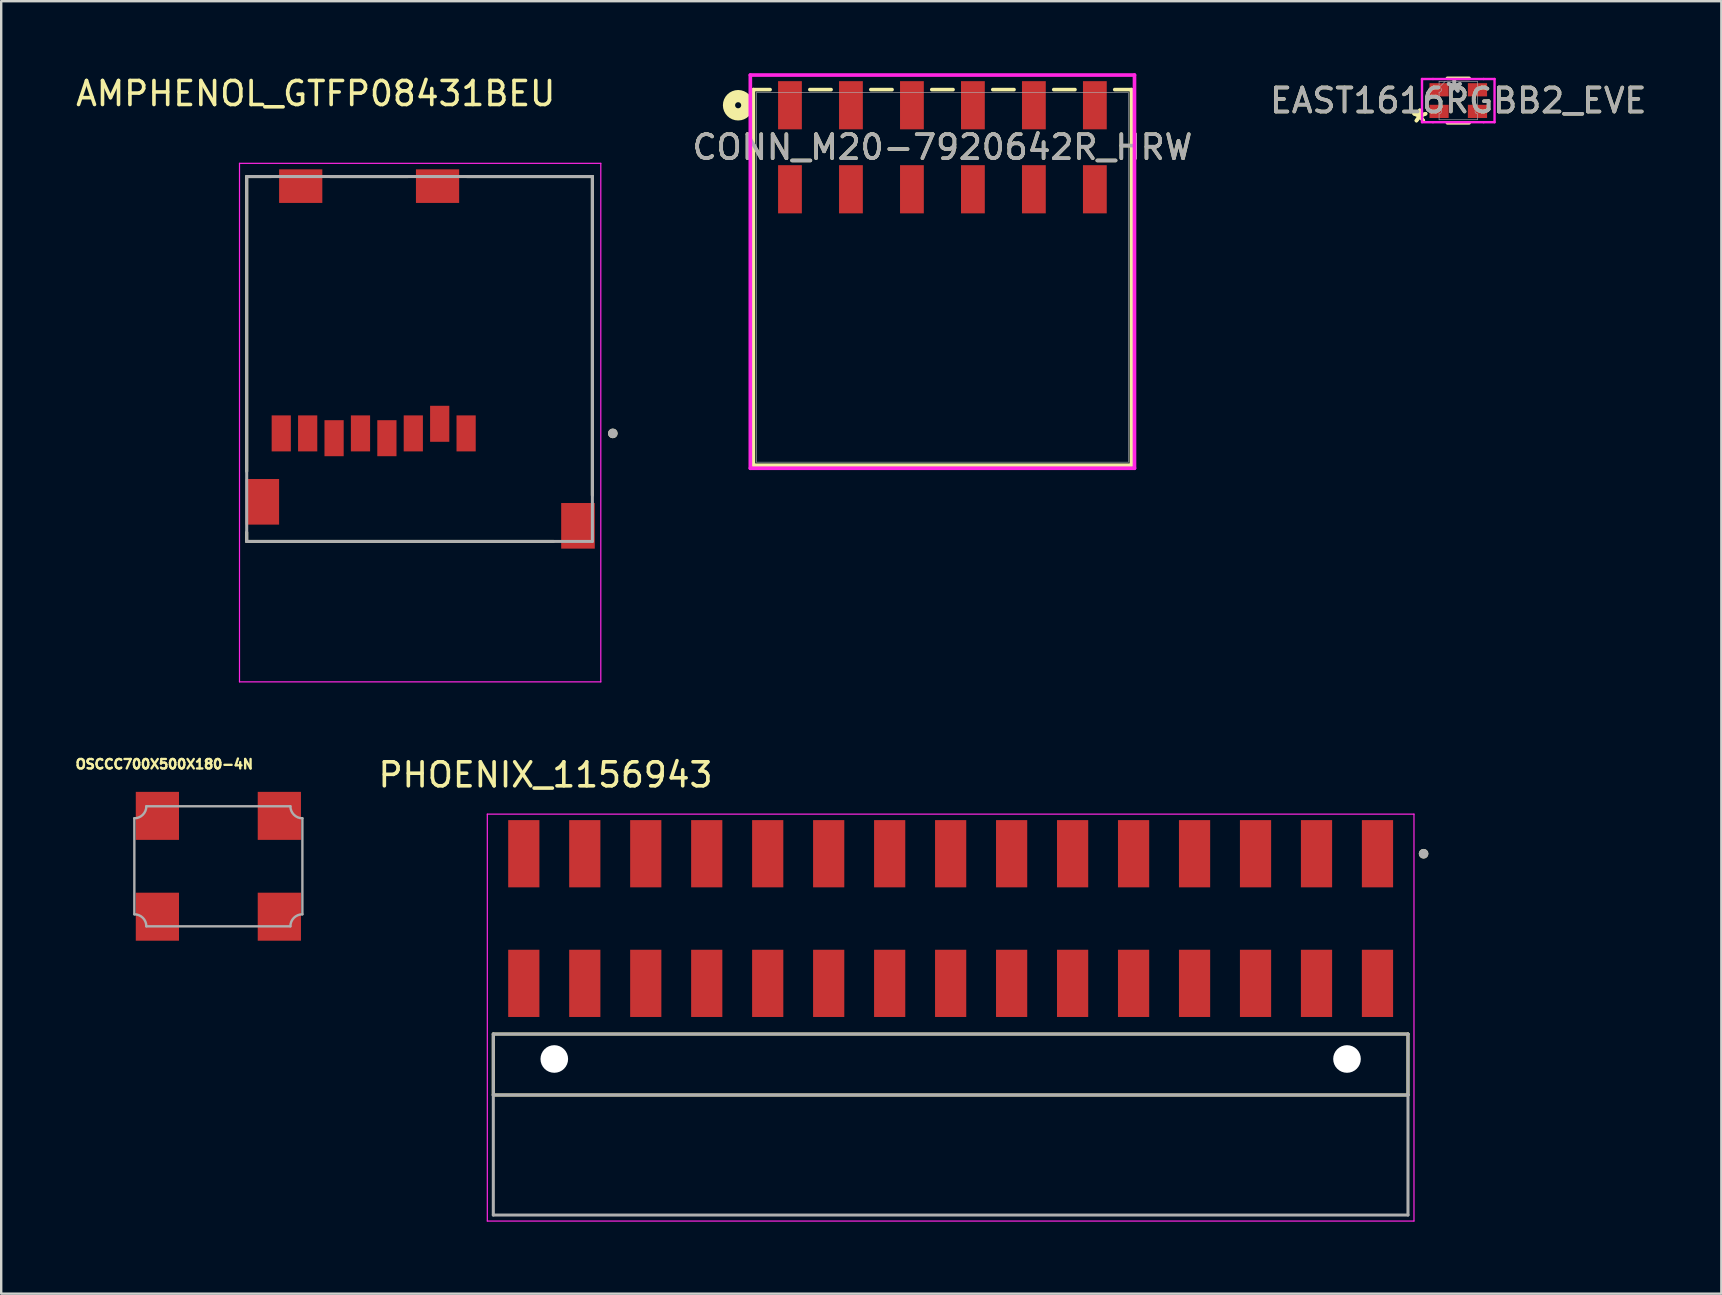
<source format=kicad_pcb>
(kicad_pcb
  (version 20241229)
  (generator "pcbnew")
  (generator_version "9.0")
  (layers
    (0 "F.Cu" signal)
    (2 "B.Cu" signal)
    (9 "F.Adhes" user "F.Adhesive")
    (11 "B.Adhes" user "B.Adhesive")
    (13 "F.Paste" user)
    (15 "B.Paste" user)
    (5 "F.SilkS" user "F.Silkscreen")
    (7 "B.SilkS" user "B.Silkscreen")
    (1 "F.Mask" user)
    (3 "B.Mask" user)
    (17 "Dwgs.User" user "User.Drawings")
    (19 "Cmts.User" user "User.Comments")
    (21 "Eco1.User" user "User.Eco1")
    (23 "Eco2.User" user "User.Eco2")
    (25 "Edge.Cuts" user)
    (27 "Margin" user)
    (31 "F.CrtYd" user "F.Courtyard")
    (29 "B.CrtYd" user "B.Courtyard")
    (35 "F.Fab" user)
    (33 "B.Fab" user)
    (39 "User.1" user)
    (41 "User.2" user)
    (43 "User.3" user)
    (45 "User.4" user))
  (footprint "EAST1616RGBB2_EVE"
    (layer "F.Cu")
    (at 57.694 1.14)
    (property "Reference" "EAST1616RGBB2_EVE" (at 0 0 0) (unlocked yes) (layer "F.SilkS") (effects (font (size 1 1) (thickness 0.15))))
    (attr smd)
    (fp_line (start -0.452 -0.927) (end 0.452 -0.927) (stroke (width 0.152) (type solid)) (layer "F.SilkS"))
    (fp_line (start -0.452 0.927) (end 0.452 0.927) (stroke (width 0.152) (type solid)) (layer "F.SilkS"))
    (fp_line (start -1.511 -0.9) (end -1.054 -0.9) (stroke (width 0.1) (type solid)) (layer "F.CrtYd"))
    (fp_line (start -1.511 0.9) (end -1.511 -0.9) (stroke (width 0.1) (type solid)) (layer "F.CrtYd"))
    (fp_line (start -1.511 0.9) (end -1.054 0.9) (stroke (width 0.1) (type solid)) (layer "F.CrtYd"))
    (fp_line (start -1.054 -0.9) (end 1.054 -0.9) (stroke (width 0.1) (type solid)) (layer "F.CrtYd"))
    (fp_line (start 1.054 0.9) (end -1.054 0.9) (stroke (width 0.1) (type solid)) (layer "F.CrtYd"))
    (fp_line (start 1.511 -0.9) (end 1.054 -0.9) (stroke (width 0.1) (type solid)) (layer "F.CrtYd"))
    (fp_line (start 1.511 -0.9) (end 1.511 0.9) (stroke (width 0.1) (type solid)) (layer "F.CrtYd"))
    (fp_line (start 1.511 0.9) (end 1.054 0.9) (stroke (width 0.1) (type solid)) (layer "F.CrtYd"))
    (fp_line (start -0.8 -0.8) (end 0.8 -0.8) (stroke (width 0.025) (type solid)) (layer "F.Fab"))
    (fp_line (start -0.8 -0.552) (end -0.8 -0.8) (stroke (width 0.025) (type solid)) (layer "F.Fab"))
    (fp_line (start -0.8 -0.348) (end -0.8 0.348) (stroke (width 0.025) (type solid)) (layer "F.Fab"))
    (fp_line (start -0.8 0.552) (end -0.8 0.8) (stroke (width 0.025) (type solid)) (layer "F.Fab"))
    (fp_line (start -0.8 0.8) (end 0.8 0.8) (stroke (width 0.025) (type solid)) (layer "F.Fab"))
    (fp_line (start -0.546 -0.8) (end -0.8 -0.546) (stroke (width 0.025) (type solid)) (layer "F.Fab"))
    (fp_line (start 0.8 -0.552) (end 0.8 -0.8) (stroke (width 0.025) (type solid)) (layer "F.Fab"))
    (fp_line (start 0.8 -0.348) (end 0.8 0.348) (stroke (width 0.025) (type solid)) (layer "F.Fab"))
    (fp_line (start 0.8 0.552) (end 0.8 0.8) (stroke (width 0.025) (type solid)) (layer "F.Fab"))
    (fp_arc (start -0.8001 -0.551599) (mid -0.6985 -0.449999) (end -0.8001 -0.348399) (stroke (width 0.0254) (type solid)) (layer "F.Fab"))
    (fp_arc (start -0.8001 0.348399) (mid -0.6985 0.449999) (end -0.8001 0.551599) (stroke (width 0.0254) (type solid)) (layer "F.Fab"))
    (fp_arc (start 0.8001 -0.348399) (mid 0.6985 -0.449999) (end 0.8001 -0.551599) (stroke (width 0.0254) (type solid)) (layer "F.Fab"))
    (fp_arc (start 0.8001 0.551599) (mid 0.6985 0.449999) (end 0.8001 0.348399) (stroke (width 0.0254) (type solid)) (layer "F.Fab"))
    (fp_text user "*" (at -1.6 0.95 0) (layer "F.SilkS") (effects (font (size 1 1) (thickness 0.15))))
    (fp_text user "*" (at -1.6 0.95 0) (unlocked yes) (layer "F.SilkS") (effects (font (size 1 1) (thickness 0.15))))
    (fp_text user "*" (at -0.165 -0.292 0) (layer "F.Fab") (effects (font (size 1 1) (thickness 0.15))))
    (fp_text user "${REFERENCE}" (at 0 0 0) (unlocked yes) (layer "F.Fab") (effects (font (size 1 1) (thickness 0.15))))
    (fp_text user "*" (at -0.165 -0.292 0) (unlocked yes) (layer "F.Fab") (effects (font (size 1 1) (thickness 0.15))))
    (pad "1" smd rect (at -0.8 0.45) (size 0.8 0.55) (layers "F.Cu" "F.Mask" "F.Paste"))
    (pad "2" smd rect (at -0.8 -0.45) (size 0.8 0.55) (layers "F.Cu" "F.Mask" "F.Paste"))
    (pad "3" smd rect (at 0.8 -0.45) (size 0.8 0.55) (layers "F.Cu" "F.Mask" "F.Paste"))
    (pad "4" smd rect (at 0.8 0.45) (size 0.8 0.55) (layers "F.Cu" "F.Mask" "F.Paste")))
  (footprint "PHOENIX_1156943"
    (layer "F.Cu")
    (at 17.499 42.562)
    (property "Reference" "PHOENIX_1156943" (at 2.175 -13.335 0) (layer "F.SilkS") (effects (font (size 1 1) (thickness 0.15))))
    (attr smd)
    (fp_line (start 0 0) (end 0 -2.54) (stroke (width 0.127) (type solid)) (layer "F.SilkS"))
    (fp_line (start 38.1 -2.54) (end 0 -2.54) (stroke (width 0.127) (type solid)) (layer "F.SilkS"))
    (fp_line (start 38.1 -2.54) (end 38.1 0) (stroke (width 0.127) (type solid)) (layer "F.SilkS"))
    (fp_line (start 38.1 0) (end 0 0) (stroke (width 0.127) (type solid)) (layer "F.SilkS"))
    (fp_circle (center 38.75 -10.05) (end 38.85 -10.05) (stroke (width 0.2) (type solid)) (fill no) (layer "F.SilkS"))
    (fp_line (start -0.25 -11.7) (end 38.35 -11.7) (stroke (width 0.05) (type solid)) (layer "F.CrtYd"))
    (fp_line (start -0.25 5.25) (end -0.25 -11.7) (stroke (width 0.05) (type solid)) (layer "F.CrtYd"))
    (fp_line (start 38.35 -11.7) (end 38.35 5.25) (stroke (width 0.05) (type solid)) (layer "F.CrtYd"))
    (fp_line (start 38.35 5.25) (end -0.25 5.25) (stroke (width 0.05) (type solid)) (layer "F.CrtYd"))
    (fp_line (start 0 -2.54) (end 38.1 -2.54) (stroke (width 0.127) (type solid)) (layer "F.Fab"))
    (fp_line (start 0 0) (end 0 -2.54) (stroke (width 0.127) (type solid)) (layer "F.Fab"))
    (fp_line (start 0 0) (end 0 5) (stroke (width 0.127) (type solid)) (layer "F.Fab"))
    (fp_line (start 0 5) (end 38.1 5) (stroke (width 0.127) (type solid)) (layer "F.Fab"))
    (fp_line (start 38.1 -2.54) (end 38.1 0) (stroke (width 0.127) (type solid)) (layer "F.Fab"))
    (fp_line (start 38.1 0) (end 0 0) (stroke (width 0.127) (type solid)) (layer "F.Fab"))
    (fp_line (start 38.1 5) (end 38.1 0) (stroke (width 0.127) (type solid)) (layer "F.Fab"))
    (fp_circle (center 38.75 -10.05) (end 38.85 -10.05) (stroke (width 0.2) (type solid)) (fill no) (layer "F.Fab"))
    (pad "" np_thru_hole circle (at 2.54 -1.5) (size 1.15 1.15) (drill 1.15) (layers "*.Cu" "*.Mask"))
    (pad "" np_thru_hole circle (at 35.56 -1.5) (size 1.15 1.15) (drill 1.15) (layers "*.Cu" "*.Mask"))
    (pad "1" smd rect (at 1.27 -10.05) (size 1.3 2.8) (layers "F.Cu" "F.Mask" "F.Paste"))
    (pad "2" smd rect (at 1.27 -4.65) (size 1.3 2.8) (layers "F.Cu" "F.Mask" "F.Paste"))
    (pad "3" smd rect (at 3.81 -10.05) (size 1.3 2.8) (layers "F.Cu" "F.Mask" "F.Paste"))
    (pad "4" smd rect (at 3.81 -4.65) (size 1.3 2.8) (layers "F.Cu" "F.Mask" "F.Paste"))
    (pad "5" smd rect (at 6.35 -10.05) (size 1.3 2.8) (layers "F.Cu" "F.Mask" "F.Paste"))
    (pad "6" smd rect (at 6.35 -4.65) (size 1.3 2.8) (layers "F.Cu" "F.Mask" "F.Paste"))
    (pad "7" smd rect (at 8.89 -10.05) (size 1.3 2.8) (layers "F.Cu" "F.Mask" "F.Paste"))
    (pad "8" smd rect (at 8.89 -4.65) (size 1.3 2.8) (layers "F.Cu" "F.Mask" "F.Paste"))
    (pad "9" smd rect (at 11.43 -10.05) (size 1.3 2.8) (layers "F.Cu" "F.Mask" "F.Paste"))
    (pad "10" smd rect (at 11.43 -4.65) (size 1.3 2.8) (layers "F.Cu" "F.Mask" "F.Paste"))
    (pad "11" smd rect (at 13.97 -10.05) (size 1.3 2.8) (layers "F.Cu" "F.Mask" "F.Paste"))
    (pad "12" smd rect (at 13.97 -4.65) (size 1.3 2.8) (layers "F.Cu" "F.Mask" "F.Paste"))
    (pad "13" smd rect (at 16.51 -10.05) (size 1.3 2.8) (layers "F.Cu" "F.Mask" "F.Paste"))
    (pad "14" smd rect (at 16.51 -4.65) (size 1.3 2.8) (layers "F.Cu" "F.Mask" "F.Paste"))
    (pad "15" smd rect (at 19.05 -10.05) (size 1.3 2.8) (layers "F.Cu" "F.Mask" "F.Paste"))
    (pad "16" smd rect (at 19.05 -4.65) (size 1.3 2.8) (layers "F.Cu" "F.Mask" "F.Paste"))
    (pad "17" smd rect (at 21.59 -10.05) (size 1.3 2.8) (layers "F.Cu" "F.Mask" "F.Paste"))
    (pad "18" smd rect (at 21.59 -4.65) (size 1.3 2.8) (layers "F.Cu" "F.Mask" "F.Paste"))
    (pad "19" smd rect (at 24.13 -10.05) (size 1.3 2.8) (layers "F.Cu" "F.Mask" "F.Paste"))
    (pad "20" smd rect (at 24.13 -4.65) (size 1.3 2.8) (layers "F.Cu" "F.Mask" "F.Paste"))
    (pad "21" smd rect (at 26.67 -10.05) (size 1.3 2.8) (layers "F.Cu" "F.Mask" "F.Paste"))
    (pad "22" smd rect (at 26.67 -4.65) (size 1.3 2.8) (layers "F.Cu" "F.Mask" "F.Paste"))
    (pad "23" smd rect (at 29.21 -10.05) (size 1.3 2.8) (layers "F.Cu" "F.Mask" "F.Paste"))
    (pad "24" smd rect (at 29.21 -4.65) (size 1.3 2.8) (layers "F.Cu" "F.Mask" "F.Paste"))
    (pad "25" smd rect (at 31.75 -10.05) (size 1.3 2.8) (layers "F.Cu" "F.Mask" "F.Paste"))
    (pad "26" smd rect (at 31.75 -4.65) (size 1.3 2.8) (layers "F.Cu" "F.Mask" "F.Paste"))
    (pad "27" smd rect (at 34.29 -10.05) (size 1.3 2.8) (layers "F.Cu" "F.Mask" "F.Paste"))
    (pad "28" smd rect (at 34.29 -4.65) (size 1.3 2.8) (layers "F.Cu" "F.Mask" "F.Paste"))
    (pad "29" smd rect (at 36.83 -10.05) (size 1.3 2.8) (layers "F.Cu" "F.Mask" "F.Paste"))
    (pad "30" smd rect (at 36.83 -4.65) (size 1.3 2.8) (layers "F.Cu" "F.Mask" "F.Paste")))
  (footprint "OSCCC700X500X180-4N"
    (layer "F.Cu")
    (at 6.046 33.035)
    (property "Reference" "OSCCC700X500X180-4N" (at -2.252 -4.253 0) (layer "F.SilkS") (effects (font (size 0.394 0.394) (thickness 0.15))))
    (attr smd)
    (fp_line (start -3.5 -2) (end -3.5 2) (stroke (width 0.1) (type solid)) (layer "F.Fab"))
    (fp_line (start -3 2.5) (end 3 2.5) (stroke (width 0.1) (type solid)) (layer "F.Fab"))
    (fp_line (start 3 -2.5) (end -3 -2.5) (stroke (width 0.1) (type solid)) (layer "F.Fab"))
    (fp_line (start 3.5 2) (end 3.5 -2) (stroke (width 0.1) (type solid)) (layer "F.Fab"))
    (fp_arc (start -3.5 2) (mid -3.146447 2.146447) (end -3 2.5) (stroke (width 0.1) (type solid)) (layer "F.Fab"))
    (fp_arc (start -3 -2.5) (mid -3.146447 -2.146447) (end -3.5 -2) (stroke (width 0.1) (type solid)) (layer "F.Fab"))
    (fp_arc (start 3 2.5) (mid 3.146447 2.146447) (end 3.5 2) (stroke (width 0.1) (type solid)) (layer "F.Fab"))
    (fp_arc (start 3.5 -2) (mid 3.146447 -2.146447) (end 3 -2.5) (stroke (width 0.1) (type solid)) (layer "F.Fab"))
    (pad "1" smd rect (at -2.54 2.1) (size 1.8 2) (layers "F.Cu" "F.Mask" "F.Paste"))
    (pad "2" smd rect (at 2.54 2.1) (size 1.8 2) (layers "F.Cu" "F.Mask" "F.Paste"))
    (pad "3" smd rect (at 2.54 -2.1) (size 1.8 2) (layers "F.Cu" "F.Mask" "F.Paste"))
    (pad "4" smd rect (at -2.54 -2.1) (size 1.8 2) (layers "F.Cu" "F.Mask" "F.Paste")))
  (footprint "CONN_M20-7920642R_HRW"
    (layer "F.Cu")
    (at 36.206 8.505)
    (property "Reference" "CONN_M20-7920642R_HRW" (at 0 -5.421 0) (unlocked yes) (layer "F.SilkS") (effects (font (size 1 1) (thickness 0.15))))
    (attr smd)
    (fp_line (start -7.874 -7.823) (end -7.874 7.823) (stroke (width 0.152) (type solid)) (layer "F.SilkS"))
    (fp_line (start -7.874 7.823) (end 7.874 7.823) (stroke (width 0.152) (type solid)) (layer "F.SilkS"))
    (fp_line (start -7.178 -7.823) (end -7.874 -7.823) (stroke (width 0.152) (type solid)) (layer "F.SilkS"))
    (fp_line (start -4.638 -7.823) (end -5.522 -7.823) (stroke (width 0.152) (type solid)) (layer "F.SilkS"))
    (fp_line (start -2.098 -7.823) (end -2.982 -7.823) (stroke (width 0.152) (type solid)) (layer "F.SilkS"))
    (fp_line (start 0.442 -7.823) (end -0.442 -7.823) (stroke (width 0.152) (type solid)) (layer "F.SilkS"))
    (fp_line (start 2.982 -7.823) (end 2.098 -7.823) (stroke (width 0.152) (type solid)) (layer "F.SilkS"))
    (fp_line (start 5.522 -7.823) (end 4.638 -7.823) (stroke (width 0.152) (type solid)) (layer "F.SilkS"))
    (fp_line (start 7.874 -7.823) (end 7.178 -7.823) (stroke (width 0.152) (type solid)) (layer "F.SilkS"))
    (fp_line (start 7.874 7.823) (end 7.874 -7.823) (stroke (width 0.152) (type solid)) (layer "F.SilkS"))
    (fp_circle (center -8.509 -7.171) (end -8.128 -7.171) (stroke (width 0.508) (type solid)) (fill no) (layer "F.SilkS"))
    (fp_line (start -8.001 -8.429) (end -8.001 7.95) (stroke (width 0.152) (type solid)) (layer "F.CrtYd"))
    (fp_line (start -8.001 7.95) (end 8.001 7.95) (stroke (width 0.152) (type solid)) (layer "F.CrtYd"))
    (fp_line (start 8.001 -8.429) (end -8.001 -8.429) (stroke (width 0.152) (type solid)) (layer "F.CrtYd"))
    (fp_line (start 8.001 7.95) (end 8.001 -8.429) (stroke (width 0.152) (type solid)) (layer "F.CrtYd"))
    (fp_line (start -7.747 -7.696) (end -7.747 7.696) (stroke (width 0.025) (type solid)) (layer "F.Fab"))
    (fp_line (start -7.747 7.696) (end 7.747 7.696) (stroke (width 0.025) (type solid)) (layer "F.Fab"))
    (fp_line (start 7.747 -7.696) (end -7.747 -7.696) (stroke (width 0.025) (type solid)) (layer "F.Fab"))
    (fp_line (start 7.747 7.696) (end 7.747 -7.696) (stroke (width 0.025) (type solid)) (layer "F.Fab"))
    (fp_text user "${REFERENCE}" (at 0 -5.421 0) (unlocked yes) (layer "F.Fab") (effects (font (size 1 1) (thickness 0.15))))
    (pad "1" smd rect (at -6.35 -7.171) (size 0.991 2.007) (layers "F.Cu" "F.Mask" "F.Paste"))
    (pad "2" smd rect (at -6.35 -3.671) (size 0.991 2.007) (layers "F.Cu" "F.Mask" "F.Paste"))
    (pad "3" smd rect (at -3.81 -7.171) (size 0.991 2.007) (layers "F.Cu" "F.Mask" "F.Paste"))
    (pad "4" smd rect (at -3.81 -3.671) (size 0.991 2.007) (layers "F.Cu" "F.Mask" "F.Paste"))
    (pad "5" smd rect (at -1.27 -7.171) (size 0.991 2.007) (layers "F.Cu" "F.Mask" "F.Paste"))
    (pad "6" smd rect (at -1.27 -3.671) (size 0.991 2.007) (layers "F.Cu" "F.Mask" "F.Paste"))
    (pad "7" smd rect (at 1.27 -7.171) (size 0.991 2.007) (layers "F.Cu" "F.Mask" "F.Paste"))
    (pad "8" smd rect (at 1.27 -3.671) (size 0.991 2.007) (layers "F.Cu" "F.Mask" "F.Paste"))
    (pad "9" smd rect (at 3.81 -7.171) (size 0.991 2.007) (layers "F.Cu" "F.Mask" "F.Paste"))
    (pad "10" smd rect (at 3.81 -3.671) (size 0.991 2.007) (layers "F.Cu" "F.Mask" "F.Paste"))
    (pad "11" smd rect (at 6.35 -7.171) (size 0.991 2.007) (layers "F.Cu" "F.Mask" "F.Paste"))
    (pad "12" smd rect (at 6.35 -3.671) (size 0.991 2.007) (layers "F.Cu" "F.Mask" "F.Paste")))
  (footprint "AMPHENOL_GTFP08431BEU"
    (layer "F.Cu")
    (at 14.426 17.853)
    (property "Reference" "AMPHENOL_GTFP08431BEU" (at -4.325 -17.005 0) (layer "F.SilkS") (effects (font (size 1 1) (thickness 0.15))))
    (attr smd)
    (fp_line (start -7.2 -13.55) (end -6.17 -13.55) (stroke (width 0.127) (type solid)) (layer "F.SilkS"))
    (fp_line (start -7.2 -1.27) (end -7.2 -13.55) (stroke (width 0.127) (type solid)) (layer "F.SilkS"))
    (fp_line (start -7.2 1.65) (end -7.2 1.27) (stroke (width 0.127) (type solid)) (layer "F.SilkS"))
    (fp_line (start -3.73 -13.55) (end -0.47 -13.55) (stroke (width 0.127) (type solid)) (layer "F.SilkS"))
    (fp_line (start 1.97 -13.55) (end 7.2 -13.55) (stroke (width 0.127) (type solid)) (layer "F.SilkS"))
    (fp_line (start 5.58 1.65) (end -7.2 1.65) (stroke (width 0.127) (type solid)) (layer "F.SilkS"))
    (fp_line (start 7.2 -13.55) (end 7.2 -0.27) (stroke (width 0.127) (type solid)) (layer "F.SilkS"))
    (fp_circle (center 8.05 -2.85) (end 8.15 -2.85) (stroke (width 0.2) (type solid)) (fill no) (layer "F.SilkS"))
    (fp_line (start -7.5 -14.1) (end -7.5 7.5) (stroke (width 0.05) (type solid)) (layer "F.CrtYd"))
    (fp_line (start -7.5 7.5) (end 7.55 7.5) (stroke (width 0.05) (type solid)) (layer "F.CrtYd"))
    (fp_line (start 7.55 -14.1) (end -7.5 -14.1) (stroke (width 0.05) (type solid)) (layer "F.CrtYd"))
    (fp_line (start 7.55 7.5) (end 7.55 -14.1) (stroke (width 0.05) (type solid)) (layer "F.CrtYd"))
    (fp_line (start -7.2 -13.55) (end 7.2 -13.55) (stroke (width 0.127) (type solid)) (layer "F.Fab"))
    (fp_line (start -7.2 1.65) (end -7.2 -13.55) (stroke (width 0.127) (type solid)) (layer "F.Fab"))
    (fp_line (start 7.2 -13.55) (end 7.2 1.65) (stroke (width 0.127) (type solid)) (layer "F.Fab"))
    (fp_line (start 7.2 1.65) (end -7.2 1.65) (stroke (width 0.127) (type solid)) (layer "F.Fab"))
    (fp_circle (center 8.05 -2.85) (end 8.15 -2.85) (stroke (width 0.2) (type solid)) (fill no) (layer "F.Fab"))
    (pad "1" smd rect (at 1.94 -2.85) (size 0.8 1.5) (layers "F.Cu" "F.Mask" "F.Paste"))
    (pad "2" smd rect (at 0.84 -3.25) (size 0.8 1.5) (layers "F.Cu" "F.Mask" "F.Paste"))
    (pad "3" smd rect (at -0.26 -2.85) (size 0.8 1.5) (layers "F.Cu" "F.Mask" "F.Paste"))
    (pad "4" smd rect (at -1.36 -2.65) (size 0.8 1.5) (layers "F.Cu" "F.Mask" "F.Paste"))
    (pad "5" smd rect (at -2.46 -2.85) (size 0.8 1.5) (layers "F.Cu" "F.Mask" "F.Paste"))
    (pad "6" smd rect (at -3.56 -2.65) (size 0.8 1.5) (layers "F.Cu" "F.Mask" "F.Paste"))
    (pad "7" smd rect (at -4.66 -2.85) (size 0.8 1.5) (layers "F.Cu" "F.Mask" "F.Paste"))
    (pad "8" smd rect (at -5.76 -2.85) (size 0.8 1.5) (layers "F.Cu" "F.Mask" "F.Paste"))
    (pad "CD_PIN" smd rect (at -4.95 -13.15) (size 1.8 1.4) (layers "F.Cu" "F.Mask" "F.Paste"))
    (pad "G1" smd rect (at 0.75 -13.15) (size 1.8 1.4) (layers "F.Cu" "F.Mask" "F.Paste"))
    (pad "G2" smd rect (at -6.55 0) (size 1.4 1.9) (layers "F.Cu" "F.Mask" "F.Paste"))
    (pad "G3" smd rect (at 6.6 1) (size 1.4 1.9) (layers "F.Cu" "F.Mask" "F.Paste")))
  (gr_rect
    (start -3 -3)
    (end 68.652 50.837)
    (stroke (width 0.1) (type default))
    (fill no)
    (layer "Edge.Cuts")))
</source>
